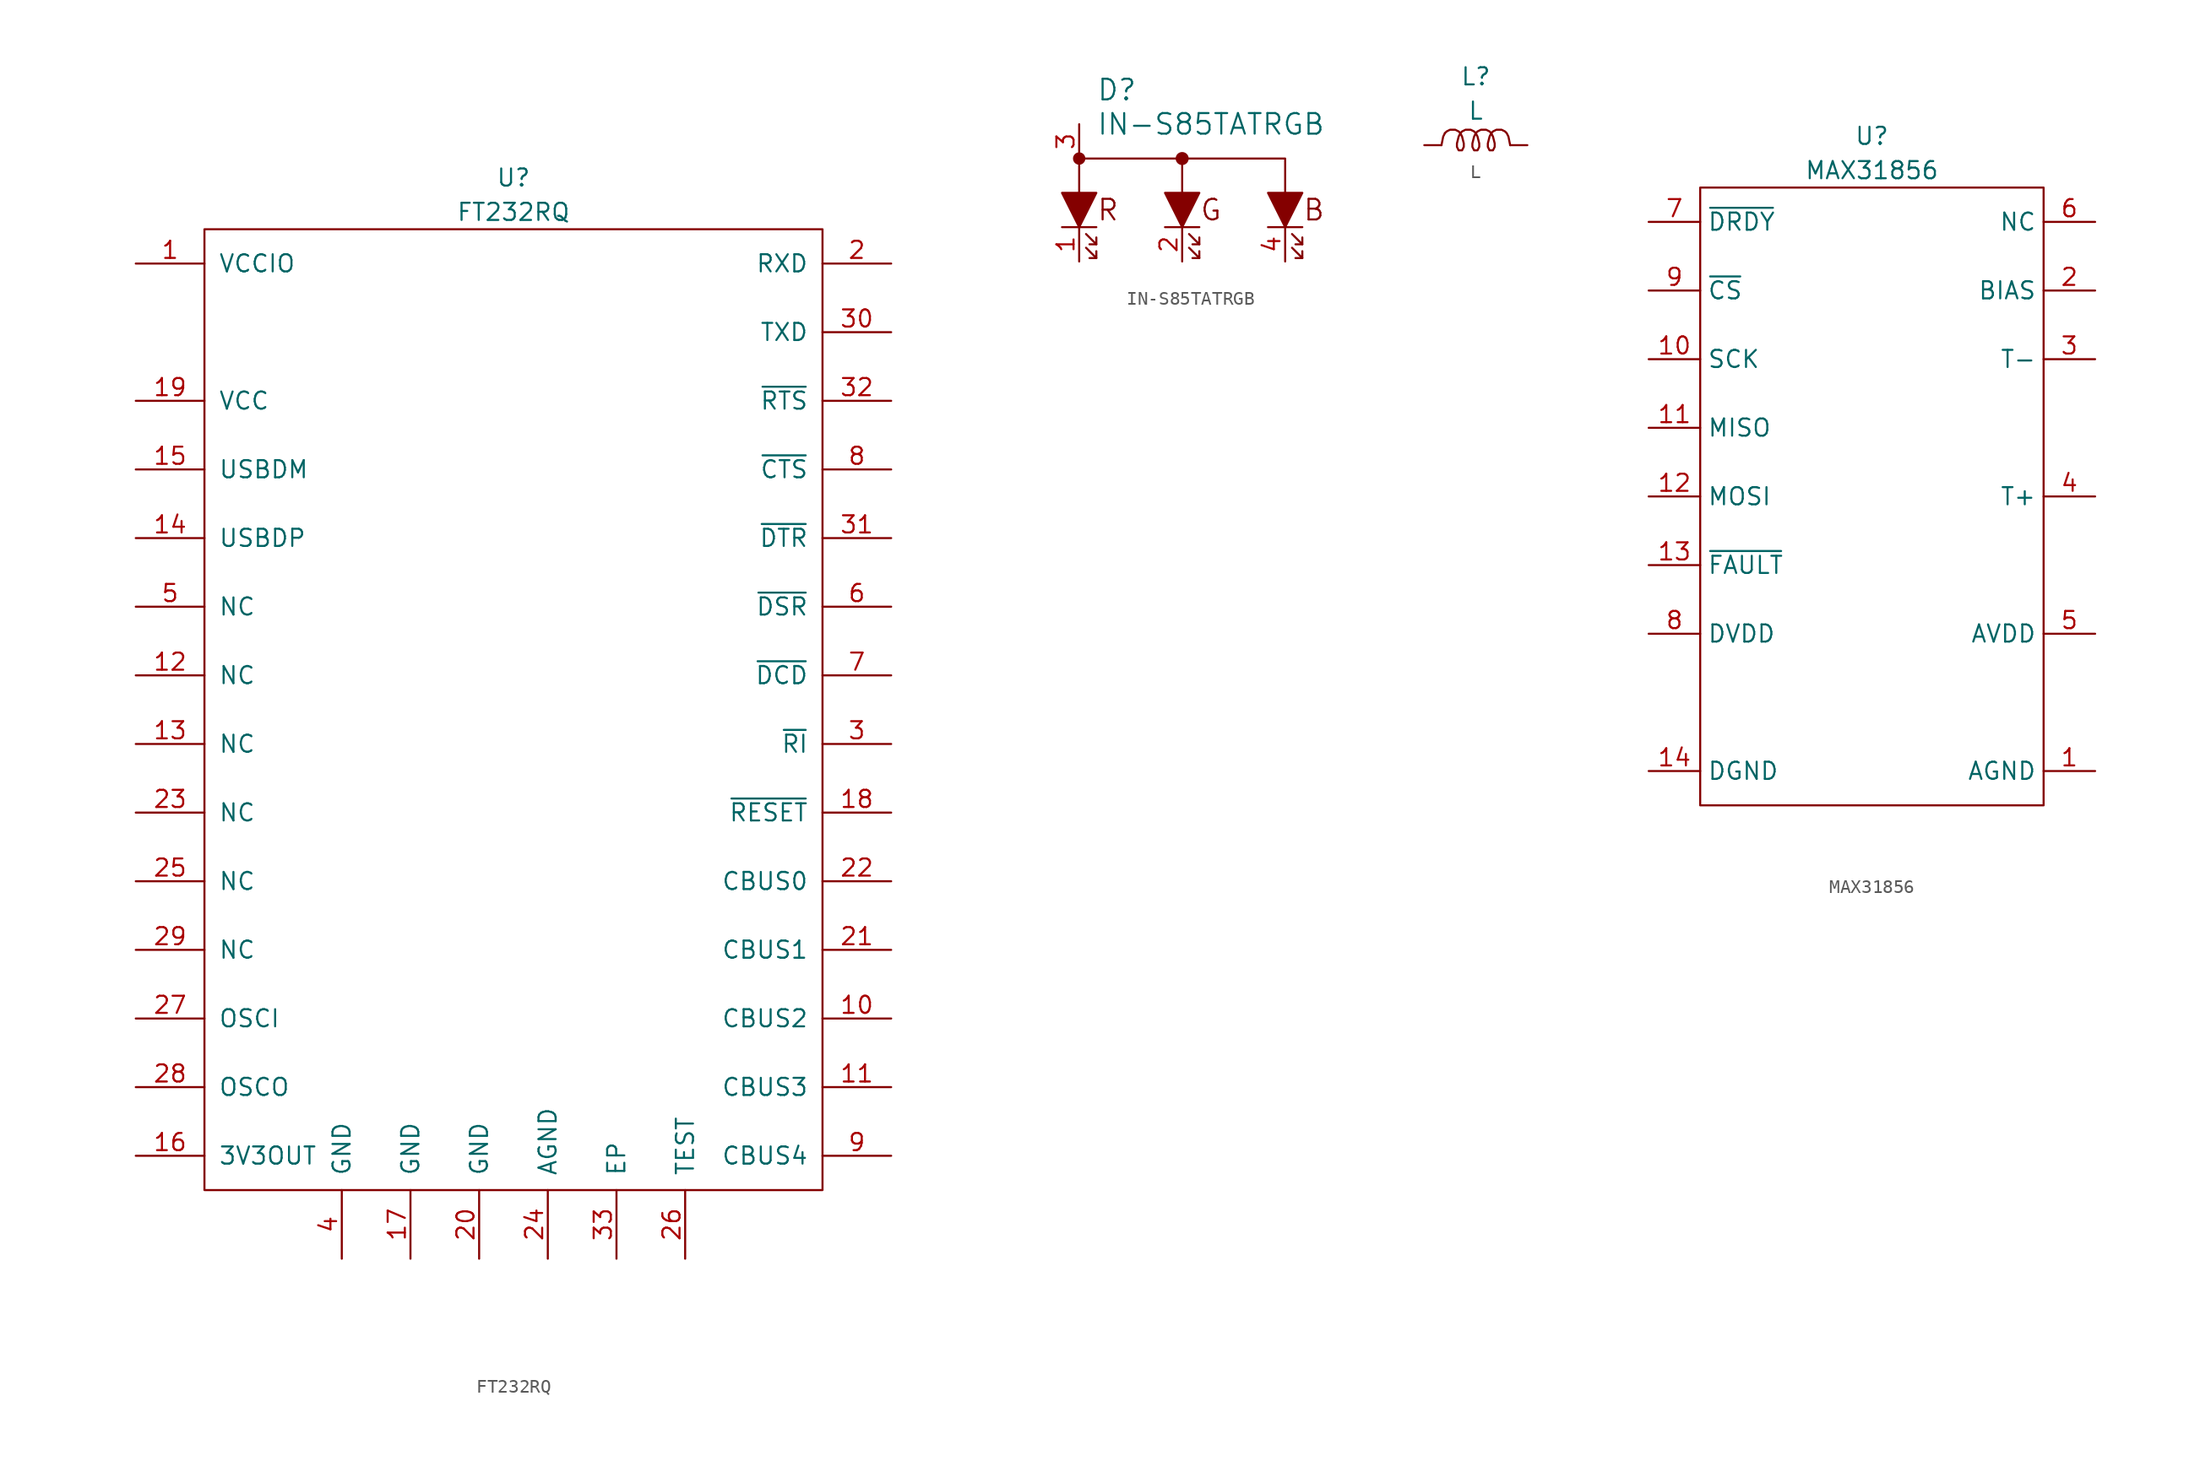
<source format=kicad_sym>
(kicad_symbol_lib
  (version 20211014)
  (generator kicad_symbol_editor)
  (symbol "FT232RQ"
    (pin_names
      (offset 1.016))
    (property "Reference" "U"
      (at 0 39.37 0)
      (effects (font (size 1.27 1.27))))
    (property "Value" "FT232RQ"
      (at 0 36.83 0)
      (effects (font (size 1.27 1.27))))
    (symbol "FT232RQ_0_1"
      (rectangle (start -22.86 -35.56) (end 22.86 35.56) (stroke (width 0) (type default) (color 0 0 0 0)) (fill (type none))))
    (symbol "FT232RQ_1_1"
      (pin input line (at -27.94 33.02 0) (length 5.08) (name "VCCIO" (effects (font (size 1.27 1.27)))) (number "1" (effects (font (size 1.27 1.27)))))
      (pin input line (at 27.94 -22.86 180) (length 5.08) (name "CBUS2" (effects (font (size 1.27 1.27)))) (number "10" (effects (font (size 1.27 1.27)))))
      (pin input line (at 27.94 -27.94 180) (length 5.08) (name "CBUS3" (effects (font (size 1.27 1.27)))) (number "11" (effects (font (size 1.27 1.27)))))
      (pin input line (at -27.94 2.54 0) (length 5.08) (name "NC" (effects (font (size 1.27 1.27)))) (number "12" (effects (font (size 1.27 1.27)))))
      (pin input line (at -27.94 -2.54 0) (length 5.08) (name "NC" (effects (font (size 1.27 1.27)))) (number "13" (effects (font (size 1.27 1.27)))))
      (pin input line (at -27.94 12.7 0) (length 5.08) (name "USBDP" (effects (font (size 1.27 1.27)))) (number "14" (effects (font (size 1.27 1.27)))))
      (pin input line (at -27.94 17.78 0) (length 5.08) (name "USBDM" (effects (font (size 1.27 1.27)))) (number "15" (effects (font (size 1.27 1.27)))))
      (pin input line (at -27.94 -33.02 0) (length 5.08) (name "3V3OUT" (effects (font (size 1.27 1.27)))) (number "16" (effects (font (size 1.27 1.27)))))
      (pin input line (at -7.62 -40.64 90) (length 5.08) (name "GND" (effects (font (size 1.27 1.27)))) (number "17" (effects (font (size 1.27 1.27)))))
      (pin input line (at 27.94 -7.62 180) (length 5.08) (name "~{RESET}" (effects (font (size 1.27 1.27)))) (number "18" (effects (font (size 1.27 1.27)))))
      (pin input line (at -27.94 22.86 0) (length 5.08) (name "VCC" (effects (font (size 1.27 1.27)))) (number "19" (effects (font (size 1.27 1.27)))))
      (pin input line (at 27.94 33.02 180) (length 5.08) (name "RXD" (effects (font (size 1.27 1.27)))) (number "2" (effects (font (size 1.27 1.27)))))
      (pin input line (at -2.54 -40.64 90) (length 5.08) (name "GND" (effects (font (size 1.27 1.27)))) (number "20" (effects (font (size 1.27 1.27)))))
      (pin input line (at 27.94 -17.78 180) (length 5.08) (name "CBUS1" (effects (font (size 1.27 1.27)))) (number "21" (effects (font (size 1.27 1.27)))))
      (pin input line (at 27.94 -12.7 180) (length 5.08) (name "CBUS0" (effects (font (size 1.27 1.27)))) (number "22" (effects (font (size 1.27 1.27)))))
      (pin input line (at -27.94 -7.62 0) (length 5.08) (name "NC" (effects (font (size 1.27 1.27)))) (number "23" (effects (font (size 1.27 1.27)))))
      (pin input line (at 2.54 -40.64 90) (length 5.08) (name "AGND" (effects (font (size 1.27 1.27)))) (number "24" (effects (font (size 1.27 1.27)))))
      (pin input line (at -27.94 -12.7 0) (length 5.08) (name "NC" (effects (font (size 1.27 1.27)))) (number "25" (effects (font (size 1.27 1.27)))))
      (pin input line (at 12.7 -40.64 90) (length 5.08) (name "TEST" (effects (font (size 1.27 1.27)))) (number "26" (effects (font (size 1.27 1.27)))))
      (pin input line (at -27.94 -22.86 0) (length 5.08) (name "OSCI" (effects (font (size 1.27 1.27)))) (number "27" (effects (font (size 1.27 1.27)))))
      (pin input line (at -27.94 -27.94 0) (length 5.08) (name "OSCO" (effects (font (size 1.27 1.27)))) (number "28" (effects (font (size 1.27 1.27)))))
      (pin input line (at -27.94 -17.78 0) (length 5.08) (name "NC" (effects (font (size 1.27 1.27)))) (number "29" (effects (font (size 1.27 1.27)))))
      (pin input line (at 27.94 -2.54 180) (length 5.08) (name "~{RI}" (effects (font (size 1.27 1.27)))) (number "3" (effects (font (size 1.27 1.27)))))
      (pin input line (at 27.94 27.94 180) (length 5.08) (name "TXD" (effects (font (size 1.27 1.27)))) (number "30" (effects (font (size 1.27 1.27)))))
      (pin input line (at 27.94 12.7 180) (length 5.08) (name "~{DTR}" (effects (font (size 1.27 1.27)))) (number "31" (effects (font (size 1.27 1.27)))))
      (pin input line (at 27.94 22.86 180) (length 5.08) (name "~{RTS}" (effects (font (size 1.27 1.27)))) (number "32" (effects (font (size 1.27 1.27)))))
      (pin input line (at 7.62 -40.64 90) (length 5.08) (name "EP" (effects (font (size 1.27 1.27)))) (number "33" (effects (font (size 1.27 1.27)))))
      (pin input line (at -12.7 -40.64 90) (length 5.08) (name "GND" (effects (font (size 1.27 1.27)))) (number "4" (effects (font (size 1.27 1.27)))))
      (pin input line (at -27.94 7.62 0) (length 5.08) (name "NC" (effects (font (size 1.27 1.27)))) (number "5" (effects (font (size 1.27 1.27)))))
      (pin input line (at 27.94 7.62 180) (length 5.08) (name "~{DSR}" (effects (font (size 1.27 1.27)))) (number "6" (effects (font (size 1.27 1.27)))))
      (pin input line (at 27.94 2.54 180) (length 5.08) (name "~{DCD}" (effects (font (size 1.27 1.27)))) (number "7" (effects (font (size 1.27 1.27)))))
      (pin input line (at 27.94 17.78 180) (length 5.08) (name "~{CTS}" (effects (font (size 1.27 1.27)))) (number "8" (effects (font (size 1.27 1.27)))))
      (pin input line (at 27.94 -33.02 180) (length 5.08) (name "CBUS4" (effects (font (size 1.27 1.27)))) (number "9" (effects (font (size 1.27 1.27)))))))
  (symbol "IN-S85TATRGB"
    (pin_names
      (offset 1.016))
    (property "Reference" "D"
      (at -6.35 8.89 0)
      (effects (font (size 1.524 1.524)) (justify left)))
    (property "Value" "IN-S85TATRGB"
      (at -6.35 6.35 0)
      (effects (font (size 1.524 1.524)) (justify left)))
    (symbol "IN-S85TATRGB_0_0"
      (circle (center -7.62 3.81) (radius 0.381) (stroke (width 0) (type default) (color 0 0 0 0)) (fill (type outline)))
      (polyline (pts (xy -8.89 -1.27) (xy -6.35 -1.27)) (stroke (width 0) (type default) (color 0 0 0 0)) (fill (type none)))
      (polyline (pts (xy -6.35 -3.556) (xy -6.858 -3.556)) (stroke (width 0) (type default) (color 0 0 0 0)) (fill (type none)))
      (polyline (pts (xy -6.35 -2.54) (xy -6.858 -2.54)) (stroke (width 0) (type default) (color 0 0 0 0)) (fill (type none)))
      (polyline (pts (xy 0 1.27) (xy 0 3.81)) (stroke (width 0) (type default) (color 0 0 0 0)) (fill (type none)))
      (polyline (pts (xy 1.27 -3.556) (xy 0.762 -3.556)) (stroke (width 0) (type default) (color 0 0 0 0)) (fill (type none)))
      (polyline (pts (xy 1.27 -2.54) (xy 0.762 -2.54)) (stroke (width 0) (type default) (color 0 0 0 0)) (fill (type none)))
      (polyline (pts (xy 8.89 -3.556) (xy 8.382 -3.556)) (stroke (width 0) (type default) (color 0 0 0 0)) (fill (type none)))
      (polyline (pts (xy 8.89 -2.54) (xy 8.382 -2.54)) (stroke (width 0) (type default) (color 0 0 0 0)) (fill (type none)))
      (polyline (pts (xy -7.112 -2.794) (xy -6.35 -3.556) (xy -6.35 -3.048)) (stroke (width 0) (type default) (color 0 0 0 0)) (fill (type none)))
      (polyline (pts (xy -7.112 -1.778) (xy -6.35 -2.54) (xy -6.35 -2.032)) (stroke (width 0) (type default) (color 0 0 0 0)) (fill (type none)))
      (polyline (pts (xy 0.508 -2.794) (xy 1.27 -3.556) (xy 1.27 -3.048)) (stroke (width 0) (type default) (color 0 0 0 0)) (fill (type none)))
      (polyline (pts (xy 0.508 -1.778) (xy 1.27 -2.54) (xy 1.27 -2.032)) (stroke (width 0) (type default) (color 0 0 0 0)) (fill (type none)))
      (polyline (pts (xy 8.128 -2.794) (xy 8.89 -3.556) (xy 8.89 -3.048)) (stroke (width 0) (type default) (color 0 0 0 0)) (fill (type none)))
      (polyline (pts (xy 8.128 -1.778) (xy 8.89 -2.54) (xy 8.89 -2.032)) (stroke (width 0) (type default) (color 0 0 0 0)) (fill (type none)))
      (polyline (pts (xy -6.35 1.27) (xy -8.89 1.27) (xy -7.62 -1.27) (xy -6.35 1.27)) (stroke (width 0) (type default) (color 0 0 0 0)) (fill (type outline)))
      (polyline (pts (xy 7.62 1.27) (xy 7.62 3.81) (xy -7.62 3.81) (xy -7.62 1.27)) (stroke (width 0) (type default) (color 0 0 0 0)) (fill (type none)))
      (circle (center 0 3.81) (radius 0.406) (stroke (width 0) (type default) (color 0 0 0 0)) (fill (type outline)))
      (text "B" (at 8.89 0 0) (effects (font (size 1.524 1.524)) (justify left)))
      (text "G" (at 1.27 0 0) (effects (font (size 1.524 1.524)) (justify left)))
      (text "R" (at -6.35 0 0) (effects (font (size 1.524 1.524)) (justify left))))
    (symbol "IN-S85TATRGB_0_1"
      (polyline (pts (xy -1.27 -1.27) (xy 1.27 -1.27)) (stroke (width 0) (type default) (color 0 0 0 0)) (fill (type none)))
      (polyline (pts (xy 6.35 -1.27) (xy 8.89 -1.27)) (stroke (width 0) (type default) (color 0 0 0 0)) (fill (type none)))
      (polyline (pts (xy -1.27 1.27) (xy 1.27 1.27) (xy 0 -1.27) (xy -1.27 1.27)) (stroke (width 0) (type default) (color 0 0 0 0)) (fill (type outline)))
      (polyline (pts (xy 6.35 1.27) (xy 8.89 1.27) (xy 7.62 -1.27) (xy 6.35 1.27)) (stroke (width 0) (type default) (color 0 0 0 0)) (fill (type outline))))
    (symbol "IN-S85TATRGB_1_1"
      (pin input line (at -7.62 -3.81 90) (length 2.54) (name "~" (effects (font (size 1.27 1.27)))) (number "1" (effects (font (size 1.27 1.27)))))
      (pin input line (at 0 -3.81 90) (length 2.54) (name "~" (effects (font (size 1.27 1.27)))) (number "2" (effects (font (size 1.27 1.27)))))
      (pin input line (at -7.62 6.35 270) (length 2.54) (name "~" (effects (font (size 1.27 1.27)))) (number "3" (effects (font (size 1.27 1.27)))))
      (pin input line (at 7.62 -3.81 90) (length 2.54) (name "~" (effects (font (size 1.27 1.27)))) (number "4" (effects (font (size 1.27 1.27)))))))
  (symbol "L"
    (pin_numbers hide)
    (pin_names hide)
    (property "Reference" "L"
      (at 0 5.08 0)
      (effects (font (size 1.27 1.27))))
    (property "Value" "L"
      (at 0 2.54 0)
      (effects (font (size 1.27 1.27))))
    (symbol "L_0_1"
      (polyline (pts (xy -2.54 0) (xy -2.413 0.635) (xy -2.286 0.889)) (stroke (width 0) (type default) (color 0 0 0 0)) (fill (type none)))
      (polyline (pts (xy 1.143 0.889) (xy 1.27 1.016) (xy 1.524 1.143) (xy 1.905 1.143) (xy 2.159 1.016) (xy 2.286 0.889) (xy 2.413 0.635) (xy 2.54 0)) (stroke (width 0) (type default) (color 0 0 0 0)) (fill (type none)))
      (polyline (pts (xy -2.286 0.889) (xy -2.159 1.016) (xy -1.905 1.143) (xy -1.524 1.143) (xy -1.27 1.016) (xy -1.143 0.889) (xy -1.016 0.635) (xy -0.889 0.127) (xy -0.889 -0.127) (xy -1.016 -0.381) (xy -1.27 -0.381) (xy -1.397 -0.127) (xy -1.397 0.127) (xy -1.27 0.635) (xy -1.143 0.889)) (stroke (width 0) (type default) (color 0 0 0 0)) (fill (type none)))
      (polyline (pts (xy -1.143 0.889) (xy -1.016 1.016) (xy -0.762 1.143) (xy -0.381 1.143) (xy -0.127 1.016) (xy 0 0.889) (xy 0.127 0.635) (xy 0.254 0.127) (xy 0.254 -0.127) (xy 0.127 -0.381) (xy -0.127 -0.381) (xy -0.254 -0.127) (xy -0.254 0.127) (xy -0.127 0.635) (xy 0 0.889)) (stroke (width 0) (type default) (color 0 0 0 0)) (fill (type none)))
      (polyline (pts (xy 0 0.889) (xy 0.127 1.016) (xy 0.381 1.143) (xy 0.762 1.143) (xy 1.016 1.016) (xy 1.143 0.889) (xy 1.27 0.635) (xy 1.397 0.127) (xy 1.397 -0.127) (xy 1.27 -0.381) (xy 1.016 -0.381) (xy 0.889 -0.127) (xy 0.889 0.127) (xy 1.016 0.635) (xy 1.143 0.889)) (stroke (width 0) (type default) (color 0 0 0 0)) (fill (type none))))
    (symbol "L_1_1"
      (pin passive line (at -3.81 0 0) (length 1.27) (name "~" (effects (font (size 1.27 1.27)))) (number "1" (effects (font (size 1.27 1.27)))))
      (pin passive line (at 3.81 0 180) (length 1.27) (name "~" (effects (font (size 1.27 1.27)))) (number "2" (effects (font (size 1.27 1.27)))))))
  (symbol "MAX31856"
    (property "Reference" "U"
      (at 0 26.67 0)
      (effects (font (size 1.27 1.27))))
    (property "Value" "MAX31856"
      (at 0 24.13 0)
      (effects (font (size 1.27 1.27))))
    (symbol "MAX31856_0_1"
      (rectangle (start -12.7 22.86) (end 12.7 -22.86) (stroke (width 0) (type default) (color 0 0 0 0)) (fill (type none))))
    (symbol "MAX31856_1_1"
      (pin input line (at 16.51 -20.32 180) (length 3.81) (name "AGND" (effects (font (size 1.27 1.27)))) (number "1" (effects (font (size 1.27 1.27)))))
      (pin input line (at -16.51 10.16 0) (length 3.81) (name "SCK" (effects (font (size 1.27 1.27)))) (number "10" (effects (font (size 1.27 1.27)))))
      (pin input line (at -16.51 5.08 0) (length 3.81) (name "MISO" (effects (font (size 1.27 1.27)))) (number "11" (effects (font (size 1.27 1.27)))))
      (pin input line (at -16.51 0 0) (length 3.81) (name "MOSI" (effects (font (size 1.27 1.27)))) (number "12" (effects (font (size 1.27 1.27)))))
      (pin input line (at -16.51 -5.08 0) (length 3.81) (name "~{FAULT}" (effects (font (size 1.27 1.27)))) (number "13" (effects (font (size 1.27 1.27)))))
      (pin input line (at -16.51 -20.32 0) (length 3.81) (name "DGND" (effects (font (size 1.27 1.27)))) (number "14" (effects (font (size 1.27 1.27)))))
      (pin input line (at 16.51 15.24 180) (length 3.81) (name "BIAS" (effects (font (size 1.27 1.27)))) (number "2" (effects (font (size 1.27 1.27)))))
      (pin input line (at 16.51 10.16 180) (length 3.81) (name "T-" (effects (font (size 1.27 1.27)))) (number "3" (effects (font (size 1.27 1.27)))))
      (pin input line (at 16.51 0 180) (length 3.81) (name "T+" (effects (font (size 1.27 1.27)))) (number "4" (effects (font (size 1.27 1.27)))))
      (pin input line (at 16.51 -10.16 180) (length 3.81) (name "AVDD" (effects (font (size 1.27 1.27)))) (number "5" (effects (font (size 1.27 1.27)))))
      (pin input line (at 16.51 20.32 180) (length 3.81) (name "NC" (effects (font (size 1.27 1.27)))) (number "6" (effects (font (size 1.27 1.27)))))
      (pin input line (at -16.51 20.32 0) (length 3.81) (name "~{DRDY}" (effects (font (size 1.27 1.27)))) (number "7" (effects (font (size 1.27 1.27)))))
      (pin input line (at -16.51 -10.16 0) (length 3.81) (name "DVDD" (effects (font (size 1.27 1.27)))) (number "8" (effects (font (size 1.27 1.27)))))
      (pin input line (at -16.51 15.24 0) (length 3.81) (name "~{CS}" (effects (font (size 1.27 1.27)))) (number "9" (effects (font (size 1.27 1.27))))))))
</source>
